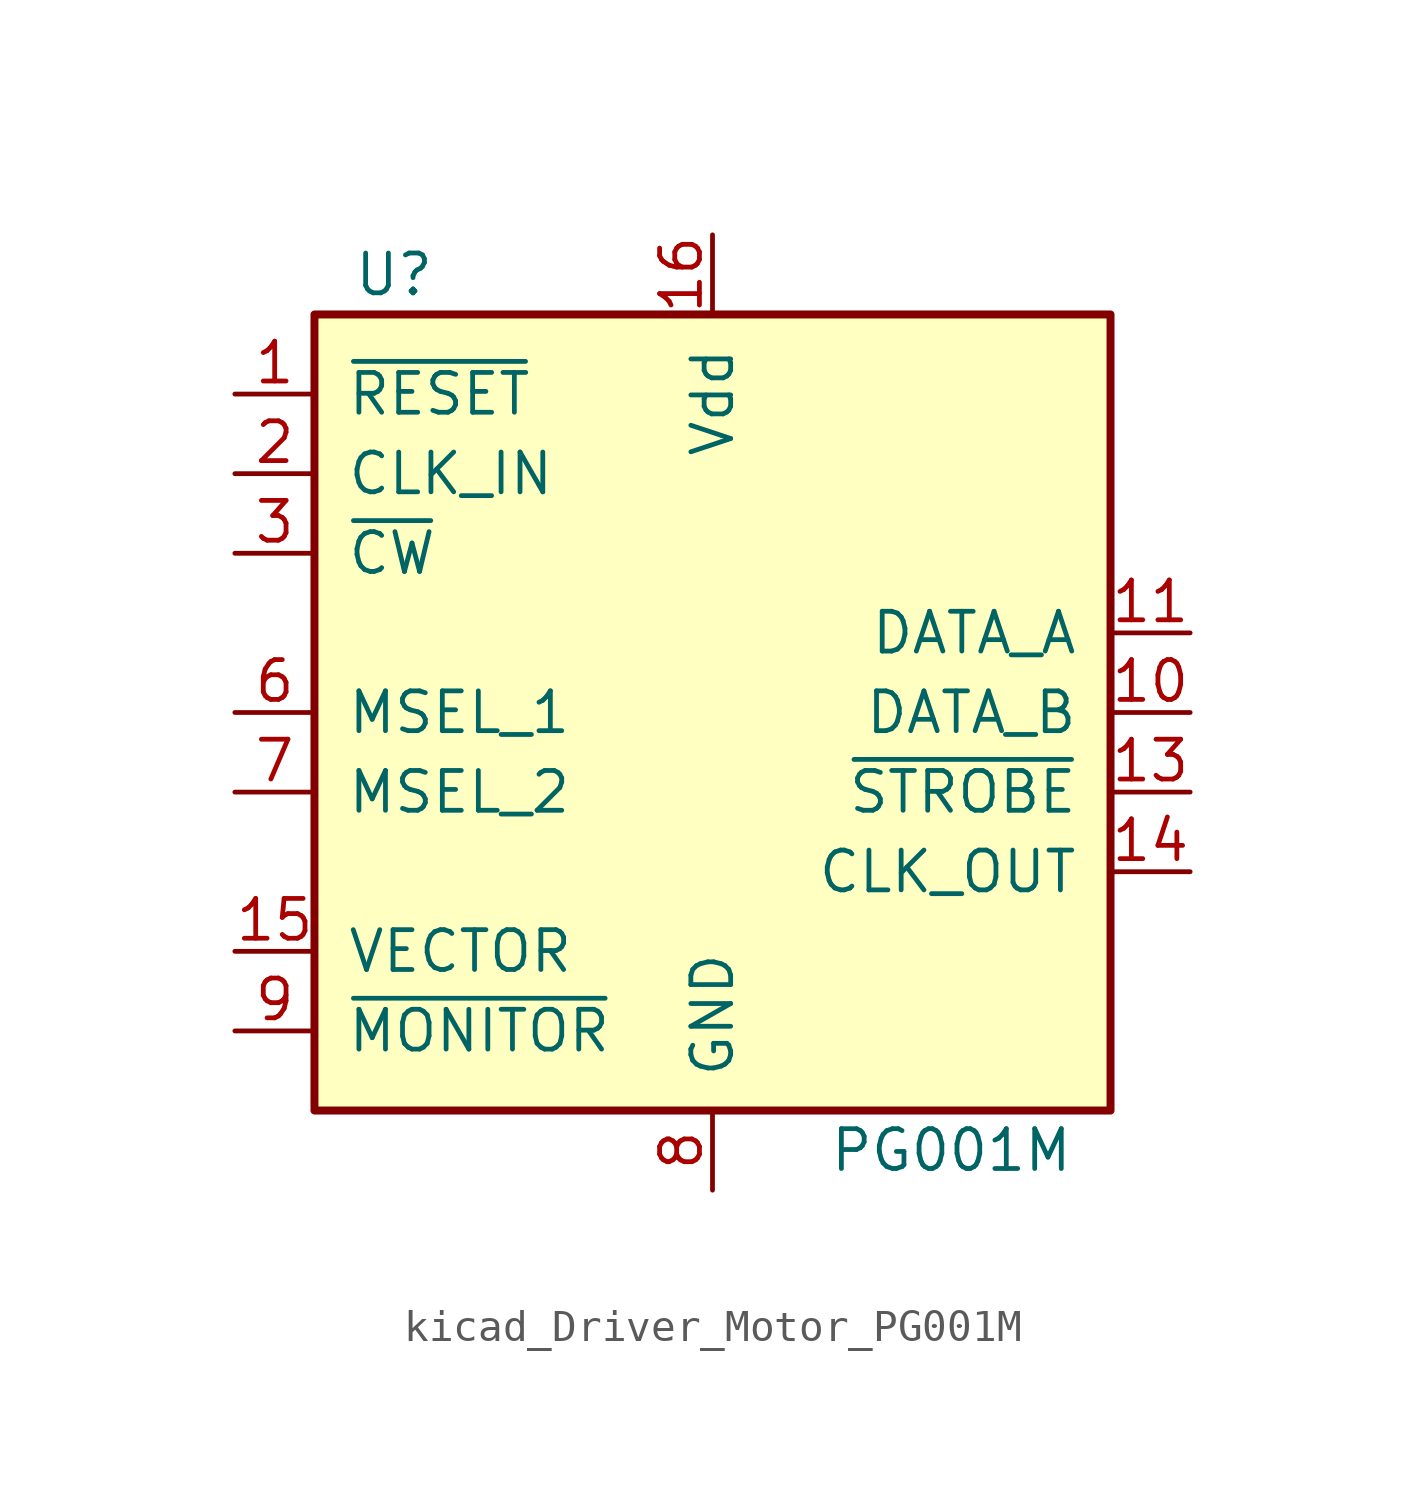
<source format=kicad_sym>
(kicad_symbol_lib
  (version 20220914)
  (generator kicad_symbol_editor)
  (symbol "kicad_Driver_Motor_PG001M"
    (pin_names
      (offset 1.016))
    (property "Reference" "U"
      (at -10.16 13.97 0)
      (effects (font (size 1.27 1.27))))
    (property "Value" "PG001M"
      (at 7.62 -13.97 0)
      (effects (font (size 1.27 1.27))))
    (symbol "kicad_Driver_Motor_PG001M_0_1"
      (rectangle (start 12.7 -12.7) (end -12.7 12.7) (stroke (width 0.254) (type default)) (fill (type background))))
    (symbol "kicad_Driver_Motor_PG001M_1_1"
      (pin input line (at -15.24 10.16 0) (length 2.54) (name "~{RESET}" (effects (font (size 1.27 1.27)))) (number "1" (effects (font (size 1.27 1.27)))))
      (pin output line (at 15.24 0 180) (length 2.54) (name "DATA_B" (effects (font (size 1.27 1.27)))) (number "10" (effects (font (size 1.27 1.27)))))
      (pin output line (at 15.24 2.54 180) (length 2.54) (name "DATA_A" (effects (font (size 1.27 1.27)))) (number "11" (effects (font (size 1.27 1.27)))))
      (pin output line (at 15.24 -2.54 180) (length 2.54) (name "~{STROBE}" (effects (font (size 1.27 1.27)))) (number "13" (effects (font (size 1.27 1.27)))))
      (pin output line (at 15.24 -5.08 180) (length 2.54) (name "CLK_OUT" (effects (font (size 1.27 1.27)))) (number "14" (effects (font (size 1.27 1.27)))))
      (pin input line (at -15.24 -7.62 0) (length 2.54) (name "VECTOR" (effects (font (size 1.27 1.27)))) (number "15" (effects (font (size 1.27 1.27)))))
      (pin power_in line (at 0 15.24 270) (length 2.54) (name "Vdd" (effects (font (size 1.27 1.27)))) (number "16" (effects (font (size 1.27 1.27)))))
      (pin input line (at -15.24 7.62 0) (length 2.54) (name "CLK_IN" (effects (font (size 1.27 1.27)))) (number "2" (effects (font (size 1.27 1.27)))))
      (pin input line (at -15.24 5.08 0) (length 2.54) (name "~{CW}" (effects (font (size 1.27 1.27)))) (number "3" (effects (font (size 1.27 1.27)))))
      (pin input line (at -15.24 0 0) (length 2.54) (name "MSEL_1" (effects (font (size 1.27 1.27)))) (number "6" (effects (font (size 1.27 1.27)))))
      (pin input line (at -15.24 -2.54 0) (length 2.54) (name "MSEL_2" (effects (font (size 1.27 1.27)))) (number "7" (effects (font (size 1.27 1.27)))))
      (pin power_in line (at 0 -15.24 90) (length 2.54) (name "GND" (effects (font (size 1.27 1.27)))) (number "8" (effects (font (size 1.27 1.27)))))
      (pin input line (at -15.24 -10.16 0) (length 2.54) (name "~{MONITOR}" (effects (font (size 1.27 1.27)))) (number "9" (effects (font (size 1.27 1.27))))))))
</source>
